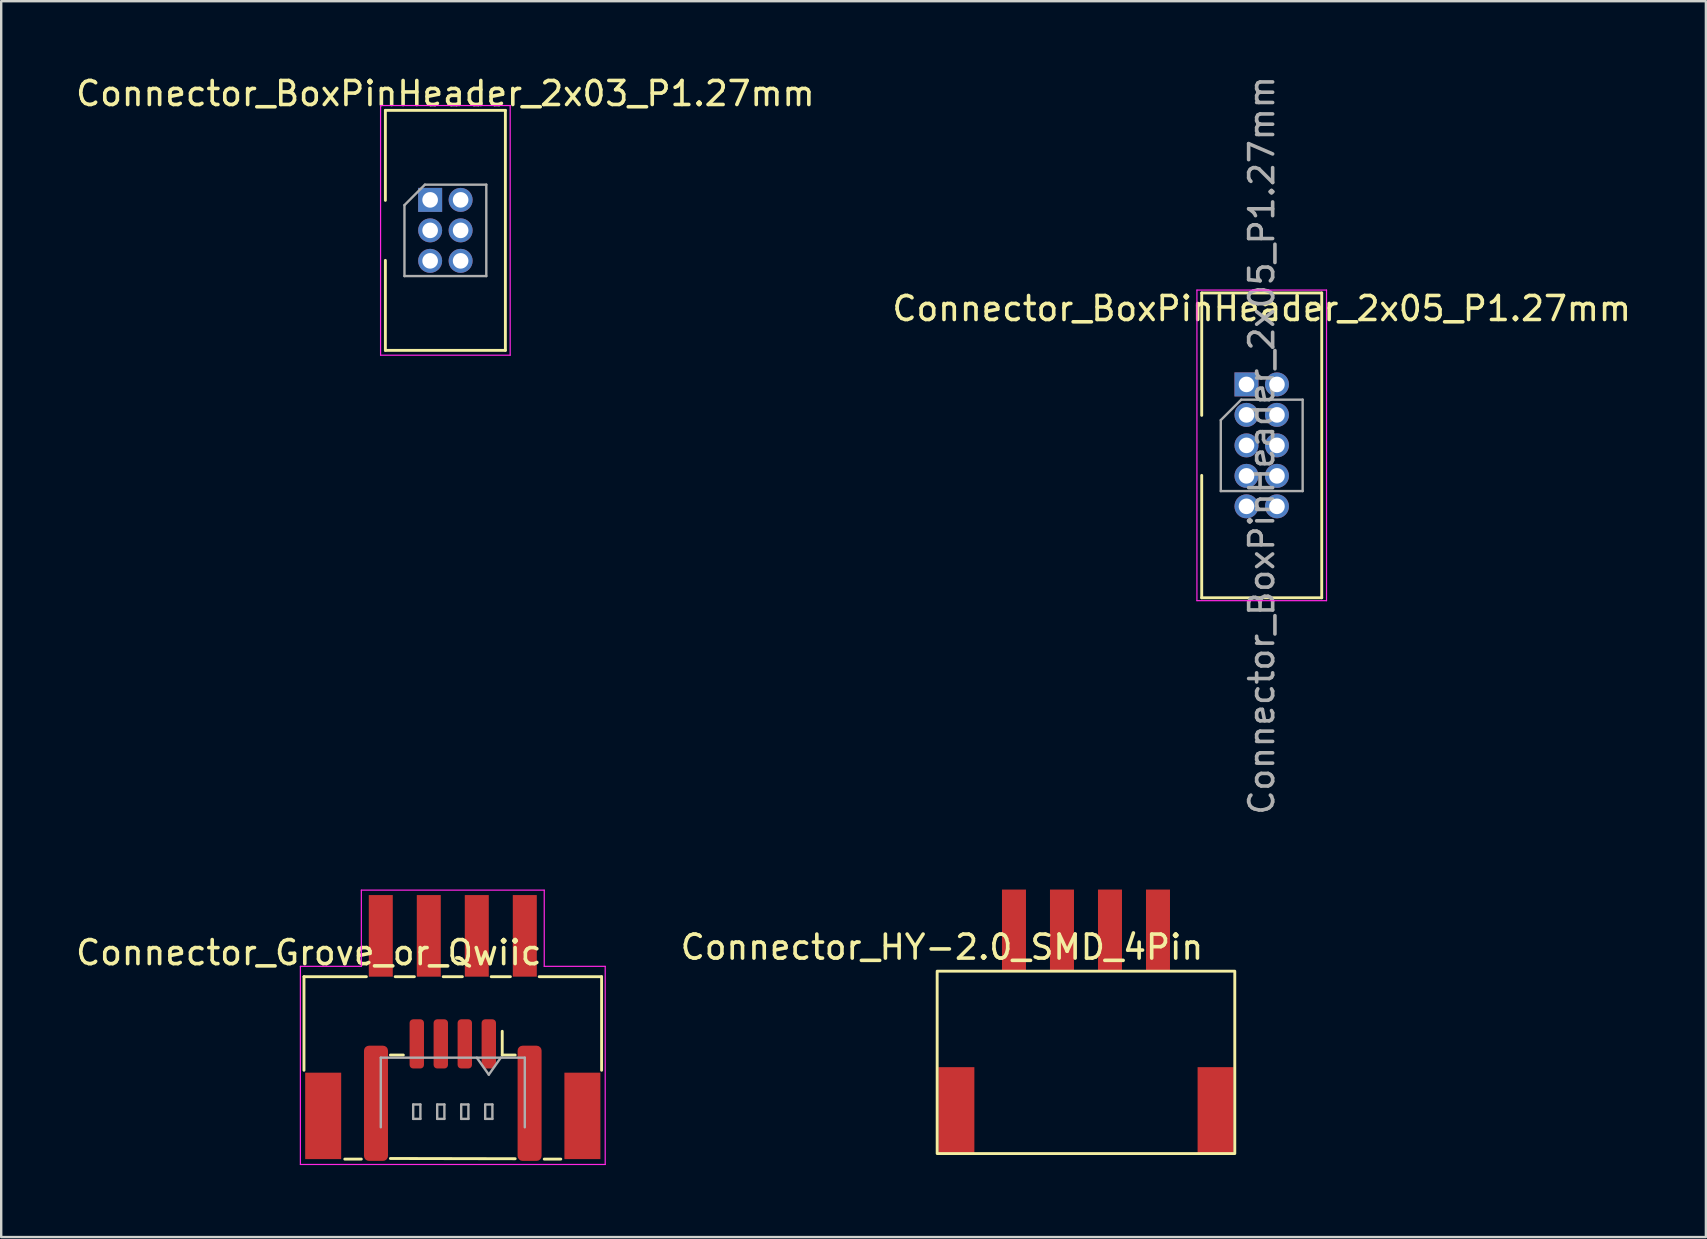
<source format=kicad_pcb>
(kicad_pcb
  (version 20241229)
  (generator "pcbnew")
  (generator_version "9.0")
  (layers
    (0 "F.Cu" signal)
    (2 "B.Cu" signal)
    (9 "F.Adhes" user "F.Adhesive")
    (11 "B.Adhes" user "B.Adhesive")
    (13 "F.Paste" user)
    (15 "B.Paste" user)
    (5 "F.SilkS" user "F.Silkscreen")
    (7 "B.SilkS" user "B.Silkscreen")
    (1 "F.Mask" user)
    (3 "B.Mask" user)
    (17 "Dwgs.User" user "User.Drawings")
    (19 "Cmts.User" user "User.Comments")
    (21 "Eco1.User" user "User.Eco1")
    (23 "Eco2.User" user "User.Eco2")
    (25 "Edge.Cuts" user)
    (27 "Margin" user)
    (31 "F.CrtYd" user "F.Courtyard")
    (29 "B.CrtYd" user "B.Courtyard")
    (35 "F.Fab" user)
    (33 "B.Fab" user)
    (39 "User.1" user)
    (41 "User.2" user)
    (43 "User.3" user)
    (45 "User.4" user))
  (footprint "Connector_BoxPinHeader_2x05_P1.27mm"
    (layer "F.Cu")
    (at 49.518 15.506)
    (property "Reference" "Connector_BoxPinHeader_2x05_P1.27mm" (at 0 -5.7 0) (layer "F.SilkS") (effects (font (size 1 1) (thickness 0.15))))
    (attr through_hole)
    (fp_line (start -2.5 -6.35) (end -2.5 -1.25) (stroke (width 0.12) (type solid)) (layer "F.SilkS"))
    (fp_line (start -2.5 -6.35) (end 2.5 -6.35) (stroke (width 0.12) (type solid)) (layer "F.SilkS"))
    (fp_line (start -2.5 1.25) (end -2.5 6.35) (stroke (width 0.12) (type solid)) (layer "F.SilkS"))
    (fp_line (start -2.5 6.35) (end 2.5 6.35) (stroke (width 0.12) (type solid)) (layer "F.SilkS"))
    (fp_line (start 2.5 -6.35) (end 2.5 6.35) (stroke (width 0.12) (type solid)) (layer "F.SilkS"))
    (fp_line (start -2.7 -6.47) (end -2.7 6.47) (stroke (width 0.05) (type solid)) (layer "F.CrtYd"))
    (fp_line (start -2.7 6.47) (end 2.7 6.47) (stroke (width 0.05) (type solid)) (layer "F.CrtYd"))
    (fp_line (start 2.7 -6.47) (end -2.7 -6.47) (stroke (width 0.05) (type solid)) (layer "F.CrtYd"))
    (fp_line (start 2.7 6.47) (end 2.7 -6.47) (stroke (width 0.05) (type solid)) (layer "F.CrtYd"))
    (fp_line (start -1.705 -1.052) (end -0.853 -1.905) (stroke (width 0.1) (type solid)) (layer "F.Fab"))
    (fp_line (start -1.705 1.905) (end -1.705 -1.052) (stroke (width 0.1) (type solid)) (layer "F.Fab"))
    (fp_line (start -0.853 -1.905) (end 1.705 -1.905) (stroke (width 0.1) (type solid)) (layer "F.Fab"))
    (fp_line (start 1.705 -1.905) (end 1.705 1.905) (stroke (width 0.1) (type solid)) (layer "F.Fab"))
    (fp_line (start 1.705 1.905) (end -1.705 1.905) (stroke (width 0.1) (type solid)) (layer "F.Fab"))
    (fp_text user "${REFERENCE}" (at 0 0 90) (layer "F.Fab") (effects (font (size 1 1) (thickness 0.15))))
    (pad "1" thru_hole rect (at -0.635 -2.54) (size 1 1) (drill 0.65) (layers "*.Cu" "*.Mask"))
    (pad "2" thru_hole oval (at 0.635 -2.54) (size 1 1) (drill 0.65) (layers "*.Cu" "*.Mask"))
    (pad "3" thru_hole oval (at -0.635 -1.27) (size 1 1) (drill 0.65) (layers "*.Cu" "*.Mask"))
    (pad "4" thru_hole oval (at 0.635 -1.27) (size 1 1) (drill 0.65) (layers "*.Cu" "*.Mask"))
    (pad "5" thru_hole oval (at -0.635 0) (size 1 1) (drill 0.65) (layers "*.Cu" "*.Mask"))
    (pad "6" thru_hole oval (at 0.635 0) (size 1 1) (drill 0.65) (layers "*.Cu" "*.Mask"))
    (pad "7" thru_hole oval (at -0.635 1.27) (size 1 1) (drill 0.65) (layers "*.Cu" "*.Mask"))
    (pad "8" thru_hole oval (at 0.635 1.27) (size 1 1) (drill 0.65) (layers "*.Cu" "*.Mask"))
    (pad "9" thru_hole oval (at -0.635 2.54) (size 1 1) (drill 0.65) (layers "*.Cu" "*.Mask"))
    (pad "10" thru_hole oval (at 0.635 2.54) (size 1 1) (drill 0.65) (layers "*.Cu" "*.Mask")))
  (footprint "Connector_HY-2.0_SMD_4Pin"
    (layer "F.Cu")
    (at 42.196 35.712)
    (property "Reference" "Connector_HY-2.0_SMD_4Pin" (at -6 0.7 0) (unlocked yes) (layer "F.SilkS") (effects (font (size 1 1) (thickness 0.15))))
    (attr smd)
    (fp_rect (start -6.2 1.7) (end 6.2 9.3) (stroke (width 0.12) (type solid)) (fill no) (layer "F.SilkS"))
    (pad "" smd rect (at -5.4 7.5 180) (size 1.5 3.6) (layers "F.Cu" "F.Mask" "F.Paste"))
    (pad "" smd rect (at 5.4 7.5 180) (size 1.5 3.6) (layers "F.Cu" "F.Mask" "F.Paste"))
    (pad "1" smd rect (at 3 0 180) (size 1 3.4) (layers "F.Cu" "F.Mask" "F.Paste"))
    (pad "2" smd rect (at 1 0 180) (size 1 3.4) (layers "F.Cu" "F.Mask" "F.Paste"))
    (pad "3" smd rect (at -1 0 180) (size 1 3.4) (layers "F.Cu" "F.Mask" "F.Paste"))
    (pad "4" smd rect (at -3 0 180) (size 1 3.4) (layers "F.Cu" "F.Mask" "F.Paste")))
  (footprint "Connector_Grove_or_Qwiic"
    (layer "F.Cu")
    (at 15.815 35.942)
    (property "Reference" "Connector_Grove_or_Qwiic" (at -6 0.7 0) (unlocked yes) (layer "F.SilkS") (effects (font (size 1 1) (thickness 0.15))))
    (attr smd)
    (fp_line (start -6.2 1.7) (end -3.6 1.7) (stroke (width 0.12) (type default)) (layer "F.SilkS"))
    (fp_line (start -6.2 5.6) (end -6.2 1.7) (stroke (width 0.12) (type default)) (layer "F.SilkS"))
    (fp_line (start -3.81 9.3) (end -4.5 9.3) (stroke (width 0.12) (type default)) (layer "F.SilkS"))
    (fp_line (start -2.6 4.965) (end -2.06 4.965) (stroke (width 0.12) (type solid)) (layer "F.SilkS"))
    (fp_line (start -2.4 1.7) (end -1.6 1.7) (stroke (width 0.12) (type default)) (layer "F.SilkS"))
    (fp_line (start -0.4 1.7) (end 0.4 1.7) (stroke (width 0.12) (type default)) (layer "F.SilkS"))
    (fp_line (start 1.6 1.7) (end 2.4 1.7) (stroke (width 0.12) (type default)) (layer "F.SilkS"))
    (fp_line (start 2.06 4.965) (end 2.06 3.975) (stroke (width 0.12) (type solid)) (layer "F.SilkS"))
    (fp_line (start 2.6 4.965) (end 2.06 4.965) (stroke (width 0.12) (type solid)) (layer "F.SilkS"))
    (fp_line (start 2.6 9.285) (end -2.6 9.275) (stroke (width 0.12) (type solid)) (layer "F.SilkS"))
    (fp_line (start 3.6 1.7) (end 6.2 1.7) (stroke (width 0.12) (type default)) (layer "F.SilkS"))
    (fp_line (start 4.5 9.3) (end 3.81 9.3) (stroke (width 0.12) (type default)) (layer "F.SilkS"))
    (fp_line (start 6.2 1.7) (end 6.2 5.6) (stroke (width 0.12) (type default)) (layer "F.SilkS"))
    (fp_line (start -6.35 1.27) (end -6.35 9.525) (stroke (width 0.05) (type default)) (layer "F.CrtYd"))
    (fp_line (start -6.35 9.525) (end 6.35 9.525) (stroke (width 0.05) (type default)) (layer "F.CrtYd"))
    (fp_line (start -3.81 -1.905) (end -3.81 1.27) (stroke (width 0.05) (type default)) (layer "F.CrtYd"))
    (fp_line (start -3.81 1.27) (end -6.35 1.27) (stroke (width 0.05) (type default)) (layer "F.CrtYd"))
    (fp_line (start 3.81 -1.905) (end -3.81 -1.905) (stroke (width 0.05) (type default)) (layer "F.CrtYd"))
    (fp_line (start 3.81 1.27) (end 3.81 -1.905) (stroke (width 0.05) (type default)) (layer "F.CrtYd"))
    (fp_line (start 6.35 1.27) (end 3.81 1.27) (stroke (width 0.05) (type default)) (layer "F.CrtYd"))
    (fp_line (start 6.35 9.525) (end 6.35 1.27) (stroke (width 0.05) (type default)) (layer "F.CrtYd"))
    (fp_line (start -3 5.075) (end -3 7.975) (stroke (width 0.1) (type solid)) (layer "F.Fab"))
    (fp_line (start -1.65 7.025) (end -1.65 7.625) (stroke (width 0.1) (type solid)) (layer "F.Fab"))
    (fp_line (start -1.65 7.625) (end -1.35 7.625) (stroke (width 0.1) (type solid)) (layer "F.Fab"))
    (fp_line (start -1.35 7.025) (end -1.65 7.025) (stroke (width 0.1) (type solid)) (layer "F.Fab"))
    (fp_line (start -1.35 7.625) (end -1.35 7.025) (stroke (width 0.1) (type solid)) (layer "F.Fab"))
    (fp_line (start -0.65 7.025) (end -0.65 7.625) (stroke (width 0.1) (type solid)) (layer "F.Fab"))
    (fp_line (start -0.65 7.625) (end -0.35 7.625) (stroke (width 0.1) (type solid)) (layer "F.Fab"))
    (fp_line (start -0.35 7.025) (end -0.65 7.025) (stroke (width 0.1) (type solid)) (layer "F.Fab"))
    (fp_line (start -0.35 7.625) (end -0.35 7.025) (stroke (width 0.1) (type solid)) (layer "F.Fab"))
    (fp_line (start 0.35 7.025) (end 0.35 7.625) (stroke (width 0.1) (type solid)) (layer "F.Fab"))
    (fp_line (start 0.35 7.625) (end 0.65 7.625) (stroke (width 0.1) (type solid)) (layer "F.Fab"))
    (fp_line (start 0.65 7.025) (end 0.35 7.025) (stroke (width 0.1) (type solid)) (layer "F.Fab"))
    (fp_line (start 0.65 7.625) (end 0.65 7.025) (stroke (width 0.1) (type solid)) (layer "F.Fab"))
    (fp_line (start 1.35 7.025) (end 1.35 7.625) (stroke (width 0.1) (type solid)) (layer "F.Fab"))
    (fp_line (start 1.35 7.625) (end 1.65 7.625) (stroke (width 0.1) (type solid)) (layer "F.Fab"))
    (fp_line (start 1.5 5.782) (end 1 5.075) (stroke (width 0.1) (type solid)) (layer "F.Fab"))
    (fp_line (start 1.65 7.025) (end 1.35 7.025) (stroke (width 0.1) (type solid)) (layer "F.Fab"))
    (fp_line (start 1.65 7.625) (end 1.65 7.025) (stroke (width 0.1) (type solid)) (layer "F.Fab"))
    (fp_line (start 2 5.075) (end 1.5 5.782) (stroke (width 0.1) (type solid)) (layer "F.Fab"))
    (fp_line (start 3 5.075) (end -3 5.075) (stroke (width 0.1) (type solid)) (layer "F.Fab"))
    (fp_line (start 3 5.075) (end 3 7.975) (stroke (width 0.1) (type solid)) (layer "F.Fab"))
    (pad "" smd rect (at -5.4 7.5 180) (size 1.5 3.6) (layers "F.Cu" "F.Mask" "F.Paste"))
    (pad "" smd roundrect (at -3.2 6.975 180) (size 1 4.8) (layers "F.Cu" "F.Mask" "F.Paste") (roundrect_rratio 0.208))
    (pad "" smd roundrect (at 3.2 6.975 180) (size 1 4.8) (layers "F.Cu" "F.Mask" "F.Paste") (roundrect_rratio 0.208))
    (pad "" smd rect (at 5.4 7.5 180) (size 1.5 3.6) (layers "F.Cu" "F.Mask" "F.Paste"))
    (pad "1" smd roundrect (at 1.5 4.5 180) (size 0.6 2.05) (layers "F.Cu" "F.Mask" "F.Paste") (roundrect_rratio 0.25))
    (pad "1" smd rect (at 3 0 180) (size 1 3.4) (layers "F.Cu" "F.Mask" "F.Paste"))
    (pad "2" smd roundrect (at 0.5 4.5 180) (size 0.6 2.05) (layers "F.Cu" "F.Mask" "F.Paste") (roundrect_rratio 0.25))
    (pad "2" smd rect (at 1 0 180) (size 1 3.4) (layers "F.Cu" "F.Mask" "F.Paste"))
    (pad "3" smd rect (at -1 0 180) (size 1 3.4) (layers "F.Cu" "F.Mask" "F.Paste"))
    (pad "3" smd roundrect (at -0.5 4.5 180) (size 0.6 2.05) (layers "F.Cu" "F.Mask" "F.Paste") (roundrect_rratio 0.25))
    (pad "4" smd rect (at -3 0 180) (size 1 3.4) (layers "F.Cu" "F.Mask" "F.Paste"))
    (pad "4" smd roundrect (at -1.5 4.5 180) (size 0.6 2.05) (layers "F.Cu" "F.Mask" "F.Paste") (roundrect_rratio 0.25)))
  (footprint "Connector_BoxPinHeader_2x03_P1.27mm"
    (layer "F.Cu")
    (at 15.506 6.548)
    (property "Reference" "Connector_BoxPinHeader_2x03_P1.27mm" (at 0 -5.7 0) (layer "F.SilkS") (effects (font (size 1 1) (thickness 0.15))))
    (attr through_hole)
    (fp_line (start -2.5 -5) (end -2.5 -1.25) (stroke (width 0.12) (type solid)) (layer "F.SilkS"))
    (fp_line (start -2.5 -5) (end 2.5 -5) (stroke (width 0.12) (type solid)) (layer "F.SilkS"))
    (fp_line (start -2.5 1.25) (end -2.5 5) (stroke (width 0.12) (type solid)) (layer "F.SilkS"))
    (fp_line (start -2.5 5) (end 2.5 5) (stroke (width 0.12) (type solid)) (layer "F.SilkS"))
    (fp_line (start 2.5 -5) (end 2.5 5) (stroke (width 0.12) (type solid)) (layer "F.SilkS"))
    (fp_line (start -2.7 -5.2) (end -2.7 5.2) (stroke (width 0.05) (type solid)) (layer "F.CrtYd"))
    (fp_line (start -2.7 5.2) (end 2.7 5.2) (stroke (width 0.05) (type solid)) (layer "F.CrtYd"))
    (fp_line (start 2.7 -5.2) (end -2.7 -5.2) (stroke (width 0.05) (type solid)) (layer "F.CrtYd"))
    (fp_line (start 2.7 5.2) (end 2.7 -5.2) (stroke (width 0.05) (type solid)) (layer "F.CrtYd"))
    (fp_line (start -1.705 -1.052) (end -0.853 -1.905) (stroke (width 0.1) (type solid)) (layer "F.Fab"))
    (fp_line (start -1.705 1.905) (end -1.705 -1.052) (stroke (width 0.1) (type solid)) (layer "F.Fab"))
    (fp_line (start -0.853 -1.905) (end 1.705 -1.905) (stroke (width 0.1) (type solid)) (layer "F.Fab"))
    (fp_line (start 1.705 -1.905) (end 1.705 1.905) (stroke (width 0.1) (type solid)) (layer "F.Fab"))
    (fp_line (start 1.705 1.905) (end -1.705 1.905) (stroke (width 0.1) (type solid)) (layer "F.Fab"))
    (pad "1" thru_hole rect (at -0.635 -1.27) (size 1 1) (drill 0.65) (layers "*.Cu" "*.Mask"))
    (pad "2" thru_hole oval (at 0.635 -1.27) (size 1 1) (drill 0.65) (layers "*.Cu" "*.Mask"))
    (pad "3" thru_hole oval (at -0.635 0) (size 1 1) (drill 0.65) (layers "*.Cu" "*.Mask"))
    (pad "4" thru_hole oval (at 0.635 0) (size 1 1) (drill 0.65) (layers "*.Cu" "*.Mask"))
    (pad "5" thru_hole oval (at -0.635 1.27) (size 1 1) (drill 0.65) (layers "*.Cu" "*.Mask"))
    (pad "6" thru_hole oval (at 0.635 1.27) (size 1 1) (drill 0.65) (layers "*.Cu" "*.Mask")))
  (gr_rect
    (start -3 -3)
    (end 68.024 48.492)
    (stroke (width 0.1) (type default))
    (fill no)
    (layer "Edge.Cuts")))
</source>
